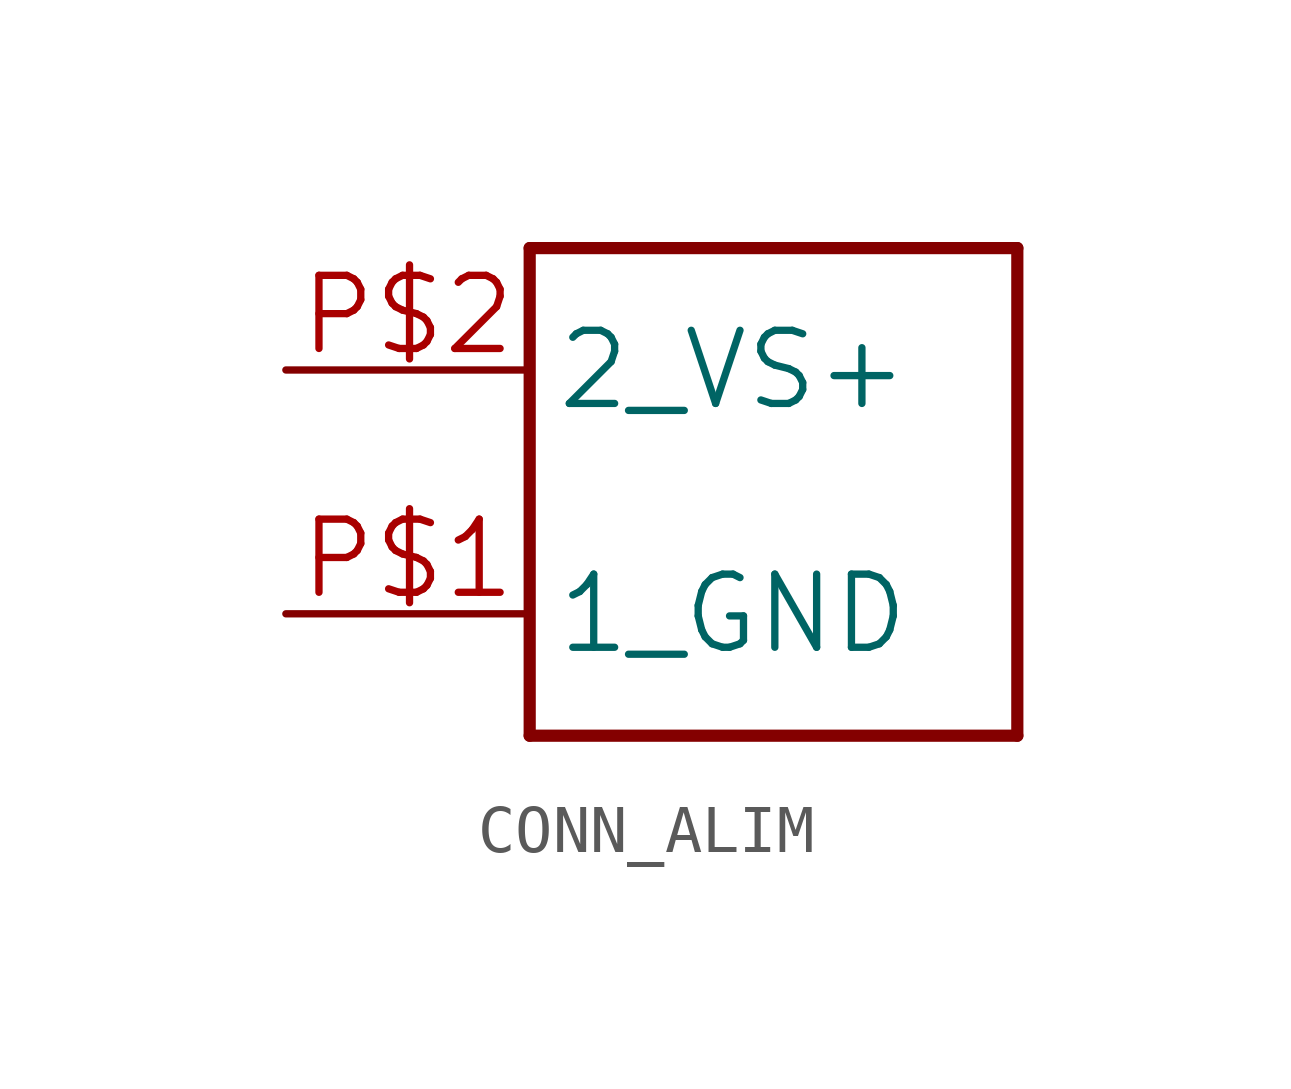
<source format=kicad_sym>
(kicad_symbol_lib
  (version 20241209)
  (generator "kicad_symbol_editor")
  (generator_version "9.0")
  (symbol "CONN_ALIM"
    (property "Reference" ""
      (at 0 0 0)
      (effects (font (size 1.27 1.27)) (hide yes)))
    (property "ki_locked" ""
      (at 0 0 0)
      (effects (font (size 1.27 1.27))))
    (symbol "CONN_ALIM_1_0"
      (polyline (pts (xy -5.08 5.08) (xy 5.08 5.08)) (stroke (width 0.254) (type solid)) (fill (type none)))
      (polyline (pts (xy -5.08 -5.08) (xy -5.08 5.08)) (stroke (width 0.254) (type solid)) (fill (type none)))
      (polyline (pts (xy 5.08 5.08) (xy 5.08 -5.08)) (stroke (width 0.254) (type solid)) (fill (type none)))
      (polyline (pts (xy 5.08 -5.08) (xy -5.08 -5.08)) (stroke (width 0.254) (type solid)) (fill (type none)))
      (pin bidirectional line (at -10.16 2.54 0) (length 5.08) (name "2_VS+" (effects (font (size 1.524 1.524)))) (number "P$2" (effects (font (size 1.524 1.524)))))
      (pin bidirectional line (at -10.16 -2.54 0) (length 5.08) (name "1_GND" (effects (font (size 1.524 1.524)))) (number "P$1" (effects (font (size 1.524 1.524))))))))
</source>
